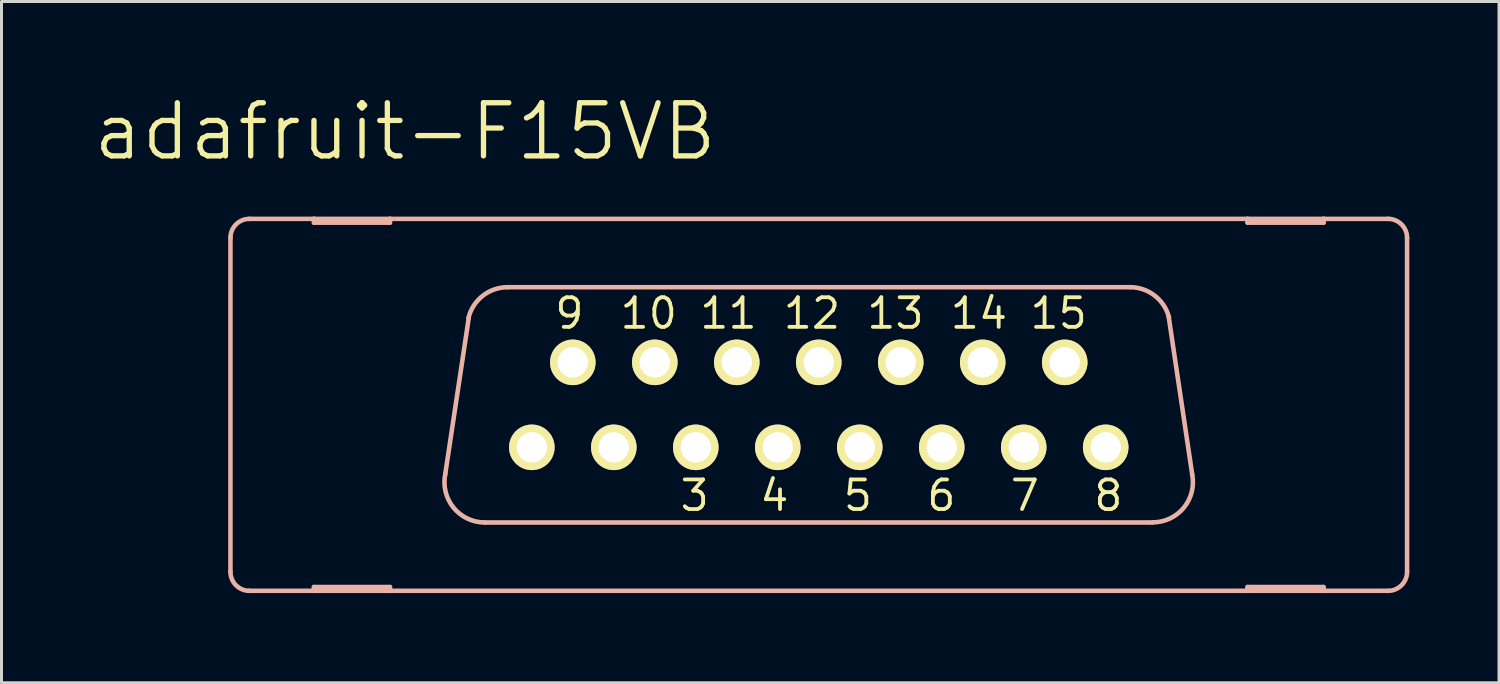
<source format=kicad_pcb>
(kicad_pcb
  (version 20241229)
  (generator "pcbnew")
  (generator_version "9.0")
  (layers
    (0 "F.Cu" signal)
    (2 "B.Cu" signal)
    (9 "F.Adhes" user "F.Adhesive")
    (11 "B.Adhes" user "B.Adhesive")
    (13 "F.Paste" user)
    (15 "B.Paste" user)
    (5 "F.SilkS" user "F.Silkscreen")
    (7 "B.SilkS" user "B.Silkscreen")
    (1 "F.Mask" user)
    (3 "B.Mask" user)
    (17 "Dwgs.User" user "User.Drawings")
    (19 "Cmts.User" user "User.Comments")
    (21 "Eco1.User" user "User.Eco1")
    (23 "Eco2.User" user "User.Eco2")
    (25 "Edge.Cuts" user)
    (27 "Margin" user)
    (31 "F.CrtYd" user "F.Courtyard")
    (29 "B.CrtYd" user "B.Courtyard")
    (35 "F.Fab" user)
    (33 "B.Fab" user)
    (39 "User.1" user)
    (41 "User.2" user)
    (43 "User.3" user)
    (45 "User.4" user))
  (footprint "adafruit-F15VB"
    (layer "F.Cu")
    (at 24.346 10.496)
    (property "Reference" "adafruit-F15VB" (at -13.843 -9.144 0) (layer "F.SilkS") (effects (font (size 1.778 1.778) (thickness 0.178))))
    (attr exclude_from_pos_files exclude_from_bom)
    (fp_circle (center -9.601 1.422) (end -9.982 1.803) (stroke (width 0.127) (type solid)) (fill no) (layer "F.SilkS"))
    (fp_circle (center -8.23 -1.422) (end -8.611 -1.803) (stroke (width 0.127) (type solid)) (fill no) (layer "F.SilkS"))
    (fp_circle (center -6.858 1.422) (end -7.239 1.803) (stroke (width 0.127) (type solid)) (fill no) (layer "F.SilkS"))
    (fp_circle (center -5.486 -1.422) (end -5.867 -1.803) (stroke (width 0.127) (type solid)) (fill no) (layer "F.SilkS"))
    (fp_circle (center -4.115 1.422) (end -4.496 1.803) (stroke (width 0.127) (type solid)) (fill no) (layer "F.SilkS"))
    (fp_circle (center -2.743 -1.422) (end -3.124 -1.803) (stroke (width 0.127) (type solid)) (fill no) (layer "F.SilkS"))
    (fp_circle (center -1.372 1.422) (end -1.753 1.803) (stroke (width 0.127) (type solid)) (fill no) (layer "F.SilkS"))
    (fp_circle (center 0 -1.422) (end -0.381 -1.803) (stroke (width 0.127) (type solid)) (fill no) (layer "F.SilkS"))
    (fp_circle (center 1.372 1.422) (end 1.753 1.803) (stroke (width 0.127) (type solid)) (fill no) (layer "F.SilkS"))
    (fp_circle (center 2.743 -1.422) (end 3.124 -1.803) (stroke (width 0.127) (type solid)) (fill no) (layer "F.SilkS"))
    (fp_circle (center 4.115 1.422) (end 4.496 1.803) (stroke (width 0.127) (type solid)) (fill no) (layer "F.SilkS"))
    (fp_circle (center 5.486 -1.422) (end 5.867 -1.803) (stroke (width 0.127) (type solid)) (fill no) (layer "F.SilkS"))
    (fp_circle (center 6.858 1.422) (end 7.239 1.803) (stroke (width 0.127) (type solid)) (fill no) (layer "F.SilkS"))
    (fp_circle (center 8.23 -1.422) (end 8.611 -1.803) (stroke (width 0.127) (type solid)) (fill no) (layer "F.SilkS"))
    (fp_circle (center 9.601 1.422) (end 9.982 1.803) (stroke (width 0.127) (type solid)) (fill no) (layer "F.SilkS"))
    (fp_line (start -19.685 5.588) (end -19.685 -5.588) (stroke (width 0.152) (type solid)) (layer "B.SilkS"))
    (fp_line (start -19.05 6.223) (end -16.891 6.223) (stroke (width 0.152) (type solid)) (layer "B.SilkS"))
    (fp_line (start -16.891 -6.223) (end -19.05 -6.223) (stroke (width 0.152) (type solid)) (layer "B.SilkS"))
    (fp_line (start -16.891 -6.096) (end -16.891 -6.223) (stroke (width 0.152) (type solid)) (layer "B.SilkS"))
    (fp_line (start -16.891 6.096) (end -16.891 6.223) (stroke (width 0.152) (type solid)) (layer "B.SilkS"))
    (fp_line (start -16.891 6.223) (end -14.348 6.223) (stroke (width 0.152) (type solid)) (layer "B.SilkS"))
    (fp_line (start -14.348 -6.223) (end -16.891 -6.223) (stroke (width 0.152) (type solid)) (layer "B.SilkS"))
    (fp_line (start -14.348 -6.223) (end -14.348 -6.096) (stroke (width 0.152) (type solid)) (layer "B.SilkS"))
    (fp_line (start -14.348 -6.096) (end -16.891 -6.096) (stroke (width 0.152) (type solid)) (layer "B.SilkS"))
    (fp_line (start -14.348 6.096) (end -16.891 6.096) (stroke (width 0.152) (type solid)) (layer "B.SilkS"))
    (fp_line (start -14.348 6.223) (end -14.348 6.096) (stroke (width 0.152) (type solid)) (layer "B.SilkS"))
    (fp_line (start -14.348 6.223) (end 14.348 6.223) (stroke (width 0.152) (type solid)) (layer "B.SilkS"))
    (fp_line (start -12.497 2.311) (end -11.709 -2.921) (stroke (width 0.152) (type solid)) (layer "B.SilkS"))
    (fp_line (start 10.414 -3.937) (end -10.414 -3.937) (stroke (width 0.152) (type solid)) (layer "B.SilkS"))
    (fp_line (start 11.176 3.937) (end -11.176 3.937) (stroke (width 0.152) (type solid)) (layer "B.SilkS"))
    (fp_line (start 11.709 -2.946) (end 12.497 2.337) (stroke (width 0.152) (type solid)) (layer "B.SilkS"))
    (fp_line (start 14.348 -6.223) (end -14.348 -6.223) (stroke (width 0.152) (type solid)) (layer "B.SilkS"))
    (fp_line (start 14.348 -6.096) (end 14.348 -6.223) (stroke (width 0.152) (type solid)) (layer "B.SilkS"))
    (fp_line (start 14.348 6.096) (end 14.348 6.223) (stroke (width 0.152) (type solid)) (layer "B.SilkS"))
    (fp_line (start 14.348 6.223) (end 16.891 6.223) (stroke (width 0.152) (type solid)) (layer "B.SilkS"))
    (fp_line (start 16.891 -6.223) (end 14.348 -6.223) (stroke (width 0.152) (type solid)) (layer "B.SilkS"))
    (fp_line (start 16.891 -6.223) (end 16.891 -6.096) (stroke (width 0.152) (type solid)) (layer "B.SilkS"))
    (fp_line (start 16.891 -6.096) (end 14.348 -6.096) (stroke (width 0.152) (type solid)) (layer "B.SilkS"))
    (fp_line (start 16.891 6.096) (end 14.348 6.096) (stroke (width 0.152) (type solid)) (layer "B.SilkS"))
    (fp_line (start 16.891 6.223) (end 16.891 6.096) (stroke (width 0.152) (type solid)) (layer "B.SilkS"))
    (fp_line (start 16.891 6.223) (end 19.05 6.223) (stroke (width 0.152) (type solid)) (layer "B.SilkS"))
    (fp_line (start 19.05 -6.223) (end 16.891 -6.223) (stroke (width 0.152) (type solid)) (layer "B.SilkS"))
    (fp_line (start 19.685 5.588) (end 19.685 -5.588) (stroke (width 0.152) (type solid)) (layer "B.SilkS"))
    (fp_arc (start -19.685 -5.588) (mid -19.499013 -6.037013) (end -19.05 -6.223) (stroke (width 0.1524) (type solid)) (layer "B.SilkS"))
    (fp_arc (start -19.05 6.223) (mid -19.499013 6.037013) (end -19.685 5.588) (stroke (width 0.1524) (type solid)) (layer "B.SilkS"))
    (fp_arc (start -11.7221 -2.90322) (mid -11.246662 -3.646284) (end -10.413518 -3.936211) (stroke (width 0.1524) (type solid)) (layer "B.SilkS"))
    (fp_arc (start -11.176 3.937) (mid -12.225648 3.435219) (end -12.49428 2.303238) (stroke (width 0.1524) (type solid)) (layer "B.SilkS"))
    (fp_arc (start 10.414 -3.937) (mid 11.238791 -3.655415) (end 11.719188 -2.928236) (stroke (width 0.1524) (type solid)) (layer "B.SilkS"))
    (fp_arc (start 12.49426 2.32664) (mid 12.214158 3.441772) (end 11.17424 3.932229) (stroke (width 0.1524) (type solid)) (layer "B.SilkS"))
    (fp_arc (start 19.05 -6.223) (mid 19.499013 -6.037013) (end 19.685 -5.588) (stroke (width 0.1524) (type solid)) (layer "B.SilkS"))
    (fp_arc (start 19.685 5.588) (mid 19.499013 6.037013) (end 19.05 6.223) (stroke (width 0.1524) (type solid)) (layer "B.SilkS"))
    (fp_text user "11" (at -3.023 -3.061 180) (layer "F.SilkS") (effects (font (size 0.991 0.991) (thickness 0.127))))
    (fp_text user "4" (at -1.486 3.035 180) (layer "F.SilkS") (effects (font (size 0.991 0.991) (thickness 0.127))))
    (fp_text user "6" (at 4.102 3.035 180) (layer "F.SilkS") (effects (font (size 0.991 0.991) (thickness 0.127))))
    (fp_text user "7" (at 6.896 3.035 180) (layer "F.SilkS") (effects (font (size 0.991 0.991) (thickness 0.127))))
    (fp_text user "9" (at -8.344 -3.061 180) (layer "F.SilkS") (effects (font (size 0.991 0.991) (thickness 0.127))))
    (fp_text user "10" (at -5.69 -3.061 180) (layer "F.SilkS") (effects (font (size 0.991 0.991) (thickness 0.127))))
    (fp_text user "3" (at -4.153 3.035 180) (layer "F.SilkS") (effects (font (size 0.991 0.991) (thickness 0.127))))
    (fp_text user "14" (at 5.359 -3.061 180) (layer "F.SilkS") (effects (font (size 0.991 0.991) (thickness 0.127))))
    (fp_text user "15" (at 8.026 -3.061 180) (layer "F.SilkS") (effects (font (size 0.991 0.991) (thickness 0.127))))
    (fp_text user "8" (at 9.69 3.035 180) (layer "F.SilkS") (effects (font (size 0.991 0.991) (thickness 0.127))))
    (fp_text user "12" (at -0.229 -3.061 180) (layer "F.SilkS") (effects (font (size 0.991 0.991) (thickness 0.127))))
    (fp_text user "5" (at 1.308 3.035 180) (layer "F.SilkS") (effects (font (size 0.991 0.991) (thickness 0.127))))
    (fp_text user "13" (at 2.565 -3.061 180) (layer "F.SilkS") (effects (font (size 0.991 0.991) (thickness 0.127))))
    (pad "1" thru_hole circle (at -9.601 1.422) (size 1.524 1.524) (drill 1.016) (layers "*.Cu" "F.Mask" "F.SilkS" "F.Paste"))
    (pad "2" thru_hole circle (at -6.858 1.422) (size 1.524 1.524) (drill 1.016) (layers "*.Cu" "F.Mask" "F.SilkS" "F.Paste"))
    (pad "3" thru_hole circle (at -4.115 1.422) (size 1.524 1.524) (drill 1.016) (layers "*.Cu" "F.Mask" "F.SilkS" "F.Paste"))
    (pad "4" thru_hole circle (at -1.372 1.422) (size 1.524 1.524) (drill 1.016) (layers "*.Cu" "F.Mask" "F.SilkS" "F.Paste"))
    (pad "5" thru_hole circle (at 1.372 1.422) (size 1.524 1.524) (drill 1.016) (layers "*.Cu" "F.Mask" "F.SilkS" "F.Paste"))
    (pad "6" thru_hole circle (at 4.115 1.422) (size 1.524 1.524) (drill 1.016) (layers "*.Cu" "F.Mask" "F.SilkS" "F.Paste"))
    (pad "7" thru_hole circle (at 6.858 1.422) (size 1.524 1.524) (drill 1.016) (layers "*.Cu" "F.Mask" "F.SilkS" "F.Paste"))
    (pad "8" thru_hole circle (at 9.601 1.422) (size 1.524 1.524) (drill 1.016) (layers "*.Cu" "F.Mask" "F.SilkS" "F.Paste"))
    (pad "9" thru_hole circle (at -8.23 -1.422) (size 1.524 1.524) (drill 1.016) (layers "*.Cu" "F.Mask" "F.SilkS" "F.Paste"))
    (pad "10" thru_hole circle (at -5.486 -1.422) (size 1.524 1.524) (drill 1.016) (layers "*.Cu" "F.Mask" "F.SilkS" "F.Paste"))
    (pad "11" thru_hole circle (at -2.743 -1.422) (size 1.524 1.524) (drill 1.016) (layers "*.Cu" "F.Mask" "F.SilkS" "F.Paste"))
    (pad "12" thru_hole circle (at 0 -1.422) (size 1.524 1.524) (drill 1.016) (layers "*.Cu" "F.Mask" "F.SilkS" "F.Paste"))
    (pad "13" thru_hole circle (at 2.743 -1.422) (size 1.524 1.524) (drill 1.016) (layers "*.Cu" "F.Mask" "F.SilkS" "F.Paste"))
    (pad "14" thru_hole circle (at 5.486 -1.422) (size 1.524 1.524) (drill 1.016) (layers "*.Cu" "F.Mask" "F.SilkS" "F.Paste"))
    (pad "15" thru_hole circle (at 8.23 -1.422) (size 1.524 1.524) (drill 1.016) (layers "*.Cu" "F.Mask" "F.SilkS" "F.Paste")))
  (gr_rect
    (start -3 -3)
    (end 47.107 19.795)
    (stroke (width 0.1) (type default))
    (fill no)
    (layer "Edge.Cuts")))
</source>
